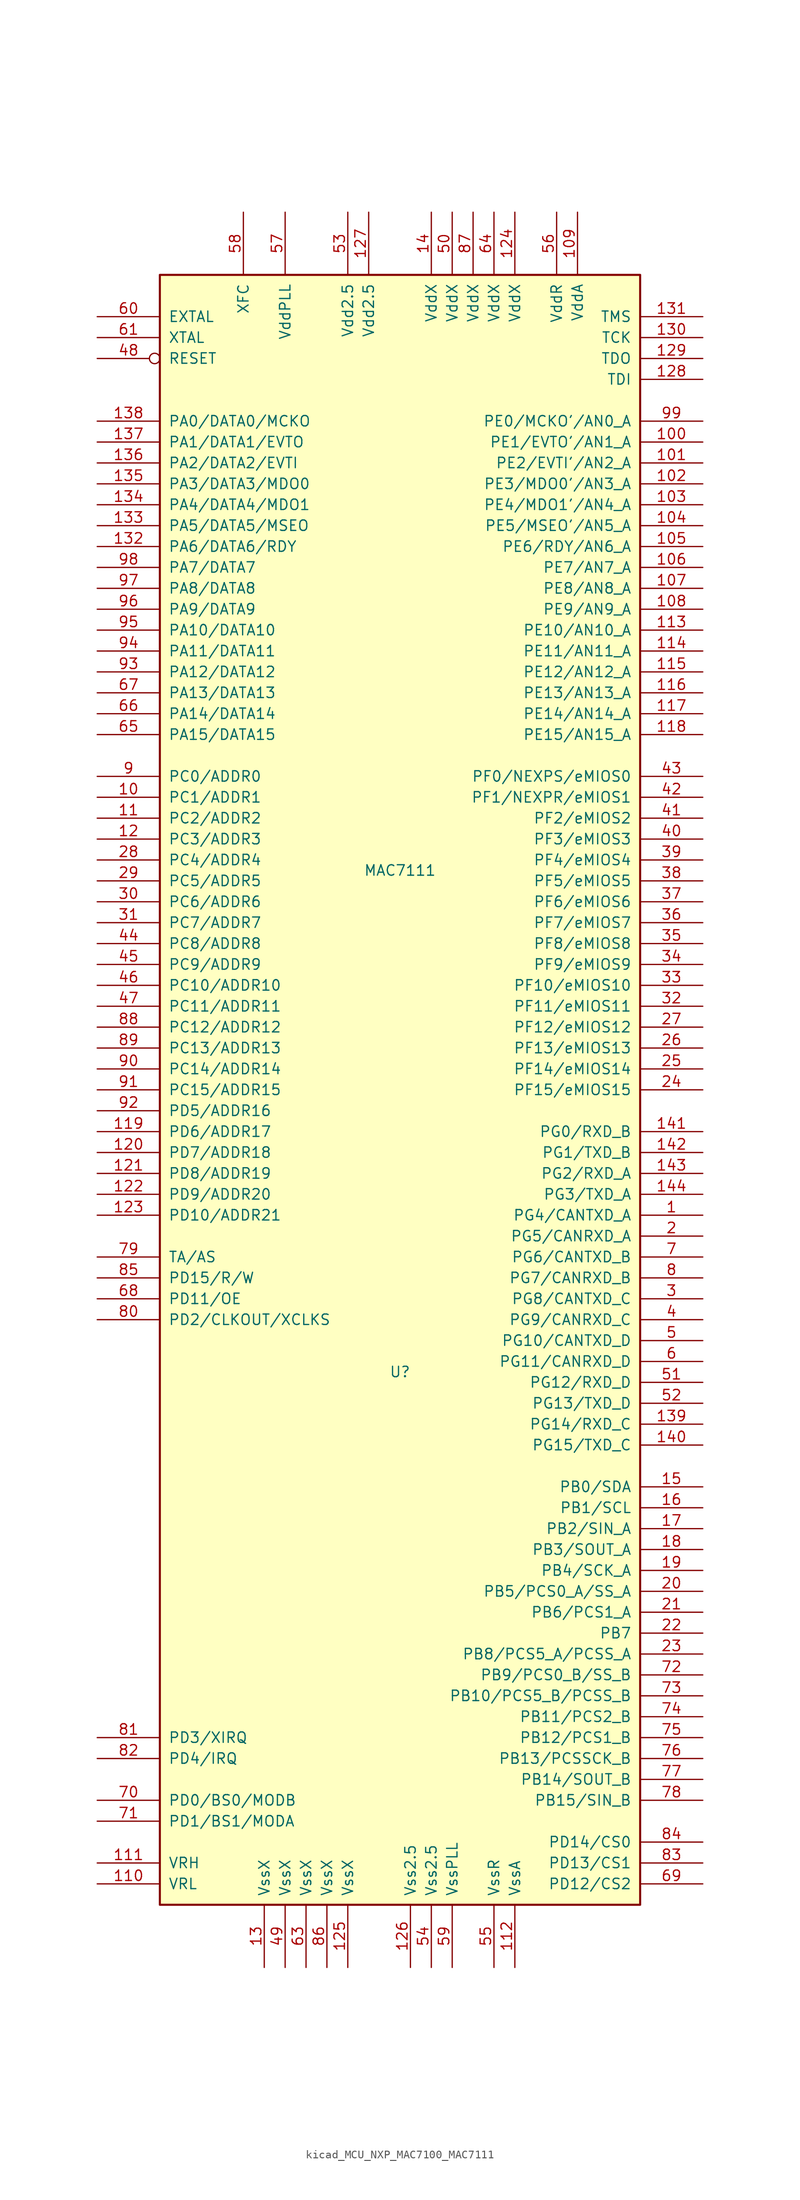
<source format=kicad_sym>
(kicad_symbol_lib
  (version 20220914)
  (generator kicad_symbol_editor)
  (symbol "kicad_MCU_NXP_MAC7100_MAC7111"
    (pin_names
      (offset 1.016))
    (property "Reference" "U"
      (at -1.27 -44.45 0)
      (effects (font (size 1.27 1.27))))
    (property "Value" "MAC7111"
      (at -1.27 16.51 0)
      (effects (font (size 1.27 1.27))))
    (symbol "kicad_MCU_NXP_MAC7100_MAC7111_0_1"
      (rectangle (start 27.94 -109.22) (end -30.48 88.9) (stroke (width 0.254) (type default)) (fill (type background))))
    (symbol "kicad_MCU_NXP_MAC7100_MAC7111_1_1"
      (pin bidirectional line (at 35.56 -25.4 180) (length 7.62) (name "PG4/CANTXD_A" (effects (font (size 1.27 1.27)))) (number "1" (effects (font (size 1.27 1.27)))))
      (pin bidirectional line (at -38.1 25.4 0) (length 7.62) (name "PC1/ADDR1" (effects (font (size 1.27 1.27)))) (number "10" (effects (font (size 1.27 1.27)))))
      (pin bidirectional line (at 35.56 68.58 180) (length 7.62) (name "PE1/EVTO'/AN1_A" (effects (font (size 1.27 1.27)))) (number "100" (effects (font (size 1.27 1.27)))))
      (pin bidirectional line (at 35.56 66.04 180) (length 7.62) (name "PE2/EVTI'/AN2_A" (effects (font (size 1.27 1.27)))) (number "101" (effects (font (size 1.27 1.27)))))
      (pin bidirectional line (at 35.56 63.5 180) (length 7.62) (name "PE3/MDO0'/AN3_A" (effects (font (size 1.27 1.27)))) (number "102" (effects (font (size 1.27 1.27)))))
      (pin bidirectional line (at 35.56 60.96 180) (length 7.62) (name "PE4/MDO1'/AN4_A" (effects (font (size 1.27 1.27)))) (number "103" (effects (font (size 1.27 1.27)))))
      (pin bidirectional line (at 35.56 58.42 180) (length 7.62) (name "PE5/MSEO'/AN5_A" (effects (font (size 1.27 1.27)))) (number "104" (effects (font (size 1.27 1.27)))))
      (pin bidirectional line (at 35.56 55.88 180) (length 7.62) (name "PE6/RDY/AN6_A" (effects (font (size 1.27 1.27)))) (number "105" (effects (font (size 1.27 1.27)))))
      (pin bidirectional line (at 35.56 53.34 180) (length 7.62) (name "PE7/AN7_A" (effects (font (size 1.27 1.27)))) (number "106" (effects (font (size 1.27 1.27)))))
      (pin bidirectional line (at 35.56 50.8 180) (length 7.62) (name "PE8/AN8_A" (effects (font (size 1.27 1.27)))) (number "107" (effects (font (size 1.27 1.27)))))
      (pin bidirectional line (at 35.56 48.26 180) (length 7.62) (name "PE9/AN9_A" (effects (font (size 1.27 1.27)))) (number "108" (effects (font (size 1.27 1.27)))))
      (pin power_in line (at 20.32 96.52 270) (length 7.62) (name "VddA" (effects (font (size 1.27 1.27)))) (number "109" (effects (font (size 1.27 1.27)))))
      (pin bidirectional line (at -38.1 22.86 0) (length 7.62) (name "PC2/ADDR2" (effects (font (size 1.27 1.27)))) (number "11" (effects (font (size 1.27 1.27)))))
      (pin passive line (at -38.1 -106.68 0) (length 7.62) (name "VRL" (effects (font (size 1.27 1.27)))) (number "110" (effects (font (size 1.27 1.27)))))
      (pin passive line (at -38.1 -104.14 0) (length 7.62) (name "VRH" (effects (font (size 1.27 1.27)))) (number "111" (effects (font (size 1.27 1.27)))))
      (pin power_in line (at 12.7 -116.84 90) (length 7.62) (name "VssA" (effects (font (size 1.27 1.27)))) (number "112" (effects (font (size 1.27 1.27)))))
      (pin bidirectional line (at 35.56 45.72 180) (length 7.62) (name "PE10/AN10_A" (effects (font (size 1.27 1.27)))) (number "113" (effects (font (size 1.27 1.27)))))
      (pin bidirectional line (at 35.56 43.18 180) (length 7.62) (name "PE11/AN11_A" (effects (font (size 1.27 1.27)))) (number "114" (effects (font (size 1.27 1.27)))))
      (pin bidirectional line (at 35.56 40.64 180) (length 7.62) (name "PE12/AN12_A" (effects (font (size 1.27 1.27)))) (number "115" (effects (font (size 1.27 1.27)))))
      (pin bidirectional line (at 35.56 38.1 180) (length 7.62) (name "PE13/AN13_A" (effects (font (size 1.27 1.27)))) (number "116" (effects (font (size 1.27 1.27)))))
      (pin bidirectional line (at 35.56 35.56 180) (length 7.62) (name "PE14/AN14_A" (effects (font (size 1.27 1.27)))) (number "117" (effects (font (size 1.27 1.27)))))
      (pin bidirectional line (at 35.56 33.02 180) (length 7.62) (name "PE15/AN15_A" (effects (font (size 1.27 1.27)))) (number "118" (effects (font (size 1.27 1.27)))))
      (pin bidirectional line (at -38.1 -15.24 0) (length 7.62) (name "PD6/ADDR17" (effects (font (size 1.27 1.27)))) (number "119" (effects (font (size 1.27 1.27)))))
      (pin bidirectional line (at -38.1 20.32 0) (length 7.62) (name "PC3/ADDR3" (effects (font (size 1.27 1.27)))) (number "12" (effects (font (size 1.27 1.27)))))
      (pin bidirectional line (at -38.1 -17.78 0) (length 7.62) (name "PD7/ADDR18" (effects (font (size 1.27 1.27)))) (number "120" (effects (font (size 1.27 1.27)))))
      (pin bidirectional line (at -38.1 -20.32 0) (length 7.62) (name "PD8/ADDR19" (effects (font (size 1.27 1.27)))) (number "121" (effects (font (size 1.27 1.27)))))
      (pin bidirectional line (at -38.1 -22.86 0) (length 7.62) (name "PD9/ADDR20" (effects (font (size 1.27 1.27)))) (number "122" (effects (font (size 1.27 1.27)))))
      (pin bidirectional line (at -38.1 -25.4 0) (length 7.62) (name "PD10/ADDR21" (effects (font (size 1.27 1.27)))) (number "123" (effects (font (size 1.27 1.27)))))
      (pin power_in line (at 12.7 96.52 270) (length 7.62) (name "VddX" (effects (font (size 1.27 1.27)))) (number "124" (effects (font (size 1.27 1.27)))))
      (pin power_in line (at -7.62 -116.84 90) (length 7.62) (name "VssX" (effects (font (size 1.27 1.27)))) (number "125" (effects (font (size 1.27 1.27)))))
      (pin power_in line (at 0 -116.84 90) (length 7.62) (name "Vss2.5" (effects (font (size 1.27 1.27)))) (number "126" (effects (font (size 1.27 1.27)))))
      (pin power_in line (at -5.08 96.52 270) (length 7.62) (name "Vdd2.5" (effects (font (size 1.27 1.27)))) (number "127" (effects (font (size 1.27 1.27)))))
      (pin input line (at 35.56 76.2 180) (length 7.62) (name "TDI" (effects (font (size 1.27 1.27)))) (number "128" (effects (font (size 1.27 1.27)))))
      (pin output line (at 35.56 78.74 180) (length 7.62) (name "TDO" (effects (font (size 1.27 1.27)))) (number "129" (effects (font (size 1.27 1.27)))))
      (pin power_in line (at -17.78 -116.84 90) (length 7.62) (name "VssX" (effects (font (size 1.27 1.27)))) (number "13" (effects (font (size 1.27 1.27)))))
      (pin input line (at 35.56 81.28 180) (length 7.62) (name "TCK" (effects (font (size 1.27 1.27)))) (number "130" (effects (font (size 1.27 1.27)))))
      (pin input line (at 35.56 83.82 180) (length 7.62) (name "TMS" (effects (font (size 1.27 1.27)))) (number "131" (effects (font (size 1.27 1.27)))))
      (pin bidirectional line (at -38.1 55.88 0) (length 7.62) (name "PA6/DATA6/RDY" (effects (font (size 1.27 1.27)))) (number "132" (effects (font (size 1.27 1.27)))))
      (pin bidirectional line (at -38.1 58.42 0) (length 7.62) (name "PA5/DATA5/MSEO" (effects (font (size 1.27 1.27)))) (number "133" (effects (font (size 1.27 1.27)))))
      (pin bidirectional line (at -38.1 60.96 0) (length 7.62) (name "PA4/DATA4/MDO1" (effects (font (size 1.27 1.27)))) (number "134" (effects (font (size 1.27 1.27)))))
      (pin bidirectional line (at -38.1 63.5 0) (length 7.62) (name "PA3/DATA3/MDO0" (effects (font (size 1.27 1.27)))) (number "135" (effects (font (size 1.27 1.27)))))
      (pin bidirectional line (at -38.1 66.04 0) (length 7.62) (name "PA2/DATA2/EVTI" (effects (font (size 1.27 1.27)))) (number "136" (effects (font (size 1.27 1.27)))))
      (pin bidirectional line (at -38.1 68.58 0) (length 7.62) (name "PA1/DATA1/EVTO" (effects (font (size 1.27 1.27)))) (number "137" (effects (font (size 1.27 1.27)))))
      (pin bidirectional line (at -38.1 71.12 0) (length 7.62) (name "PA0/DATA0/MCKO" (effects (font (size 1.27 1.27)))) (number "138" (effects (font (size 1.27 1.27)))))
      (pin bidirectional line (at 35.56 -50.8 180) (length 7.62) (name "PG14/RXD_C" (effects (font (size 1.27 1.27)))) (number "139" (effects (font (size 1.27 1.27)))))
      (pin power_in line (at 2.54 96.52 270) (length 7.62) (name "VddX" (effects (font (size 1.27 1.27)))) (number "14" (effects (font (size 1.27 1.27)))))
      (pin bidirectional line (at 35.56 -53.34 180) (length 7.62) (name "PG15/TXD_C" (effects (font (size 1.27 1.27)))) (number "140" (effects (font (size 1.27 1.27)))))
      (pin bidirectional line (at 35.56 -15.24 180) (length 7.62) (name "PG0/RXD_B" (effects (font (size 1.27 1.27)))) (number "141" (effects (font (size 1.27 1.27)))))
      (pin bidirectional line (at 35.56 -17.78 180) (length 7.62) (name "PG1/TXD_B" (effects (font (size 1.27 1.27)))) (number "142" (effects (font (size 1.27 1.27)))))
      (pin bidirectional line (at 35.56 -20.32 180) (length 7.62) (name "PG2/RXD_A" (effects (font (size 1.27 1.27)))) (number "143" (effects (font (size 1.27 1.27)))))
      (pin bidirectional line (at 35.56 -22.86 180) (length 7.62) (name "PG3/TXD_A" (effects (font (size 1.27 1.27)))) (number "144" (effects (font (size 1.27 1.27)))))
      (pin bidirectional line (at 35.56 -58.42 180) (length 7.62) (name "PB0/SDA" (effects (font (size 1.27 1.27)))) (number "15" (effects (font (size 1.27 1.27)))))
      (pin bidirectional line (at 35.56 -60.96 180) (length 7.62) (name "PB1/SCL" (effects (font (size 1.27 1.27)))) (number "16" (effects (font (size 1.27 1.27)))))
      (pin bidirectional line (at 35.56 -63.5 180) (length 7.62) (name "PB2/SIN_A" (effects (font (size 1.27 1.27)))) (number "17" (effects (font (size 1.27 1.27)))))
      (pin bidirectional line (at 35.56 -66.04 180) (length 7.62) (name "PB3/SOUT_A" (effects (font (size 1.27 1.27)))) (number "18" (effects (font (size 1.27 1.27)))))
      (pin bidirectional line (at 35.56 -68.58 180) (length 7.62) (name "PB4/SCK_A" (effects (font (size 1.27 1.27)))) (number "19" (effects (font (size 1.27 1.27)))))
      (pin bidirectional line (at 35.56 -27.94 180) (length 7.62) (name "PG5/CANRXD_A" (effects (font (size 1.27 1.27)))) (number "2" (effects (font (size 1.27 1.27)))))
      (pin bidirectional line (at 35.56 -71.12 180) (length 7.62) (name "PB5/PCS0_A/SS_A" (effects (font (size 1.27 1.27)))) (number "20" (effects (font (size 1.27 1.27)))))
      (pin bidirectional line (at 35.56 -73.66 180) (length 7.62) (name "PB6/PCS1_A" (effects (font (size 1.27 1.27)))) (number "21" (effects (font (size 1.27 1.27)))))
      (pin bidirectional line (at 35.56 -76.2 180) (length 7.62) (name "PB7" (effects (font (size 1.27 1.27)))) (number "22" (effects (font (size 1.27 1.27)))))
      (pin bidirectional line (at 35.56 -78.74 180) (length 7.62) (name "PB8/PCS5_A/PCSS_A" (effects (font (size 1.27 1.27)))) (number "23" (effects (font (size 1.27 1.27)))))
      (pin bidirectional line (at 35.56 -10.16 180) (length 7.62) (name "PF15/eMIOS15" (effects (font (size 1.27 1.27)))) (number "24" (effects (font (size 1.27 1.27)))))
      (pin bidirectional line (at 35.56 -7.62 180) (length 7.62) (name "PF14/eMIOS14" (effects (font (size 1.27 1.27)))) (number "25" (effects (font (size 1.27 1.27)))))
      (pin bidirectional line (at 35.56 -5.08 180) (length 7.62) (name "PF13/eMIOS13" (effects (font (size 1.27 1.27)))) (number "26" (effects (font (size 1.27 1.27)))))
      (pin bidirectional line (at 35.56 -2.54 180) (length 7.62) (name "PF12/eMIOS12" (effects (font (size 1.27 1.27)))) (number "27" (effects (font (size 1.27 1.27)))))
      (pin bidirectional line (at -38.1 17.78 0) (length 7.62) (name "PC4/ADDR4" (effects (font (size 1.27 1.27)))) (number "28" (effects (font (size 1.27 1.27)))))
      (pin bidirectional line (at -38.1 15.24 0) (length 7.62) (name "PC5/ADDR5" (effects (font (size 1.27 1.27)))) (number "29" (effects (font (size 1.27 1.27)))))
      (pin bidirectional line (at 35.56 -35.56 180) (length 7.62) (name "PG8/CANTXD_C" (effects (font (size 1.27 1.27)))) (number "3" (effects (font (size 1.27 1.27)))))
      (pin bidirectional line (at -38.1 12.7 0) (length 7.62) (name "PC6/ADDR6" (effects (font (size 1.27 1.27)))) (number "30" (effects (font (size 1.27 1.27)))))
      (pin bidirectional line (at -38.1 10.16 0) (length 7.62) (name "PC7/ADDR7" (effects (font (size 1.27 1.27)))) (number "31" (effects (font (size 1.27 1.27)))))
      (pin bidirectional line (at 35.56 0 180) (length 7.62) (name "PF11/eMIOS11" (effects (font (size 1.27 1.27)))) (number "32" (effects (font (size 1.27 1.27)))))
      (pin bidirectional line (at 35.56 2.54 180) (length 7.62) (name "PF10/eMIOS10" (effects (font (size 1.27 1.27)))) (number "33" (effects (font (size 1.27 1.27)))))
      (pin bidirectional line (at 35.56 5.08 180) (length 7.62) (name "PF9/eMIOS9" (effects (font (size 1.27 1.27)))) (number "34" (effects (font (size 1.27 1.27)))))
      (pin bidirectional line (at 35.56 7.62 180) (length 7.62) (name "PF8/eMIOS8" (effects (font (size 1.27 1.27)))) (number "35" (effects (font (size 1.27 1.27)))))
      (pin bidirectional line (at 35.56 10.16 180) (length 7.62) (name "PF7/eMIOS7" (effects (font (size 1.27 1.27)))) (number "36" (effects (font (size 1.27 1.27)))))
      (pin bidirectional line (at 35.56 12.7 180) (length 7.62) (name "PF6/eMIOS6" (effects (font (size 1.27 1.27)))) (number "37" (effects (font (size 1.27 1.27)))))
      (pin bidirectional line (at 35.56 15.24 180) (length 7.62) (name "PF5/eMIOS5" (effects (font (size 1.27 1.27)))) (number "38" (effects (font (size 1.27 1.27)))))
      (pin bidirectional line (at 35.56 17.78 180) (length 7.62) (name "PF4/eMIOS4" (effects (font (size 1.27 1.27)))) (number "39" (effects (font (size 1.27 1.27)))))
      (pin bidirectional line (at 35.56 -38.1 180) (length 7.62) (name "PG9/CANRXD_C" (effects (font (size 1.27 1.27)))) (number "4" (effects (font (size 1.27 1.27)))))
      (pin bidirectional line (at 35.56 20.32 180) (length 7.62) (name "PF3/eMIOS3" (effects (font (size 1.27 1.27)))) (number "40" (effects (font (size 1.27 1.27)))))
      (pin bidirectional line (at 35.56 22.86 180) (length 7.62) (name "PF2/eMIOS2" (effects (font (size 1.27 1.27)))) (number "41" (effects (font (size 1.27 1.27)))))
      (pin bidirectional line (at 35.56 25.4 180) (length 7.62) (name "PF1/NEXPR/eMIOS1" (effects (font (size 1.27 1.27)))) (number "42" (effects (font (size 1.27 1.27)))))
      (pin bidirectional line (at 35.56 27.94 180) (length 7.62) (name "PF0/NEXPS/eMIOS0" (effects (font (size 1.27 1.27)))) (number "43" (effects (font (size 1.27 1.27)))))
      (pin bidirectional line (at -38.1 7.62 0) (length 7.62) (name "PC8/ADDR8" (effects (font (size 1.27 1.27)))) (number "44" (effects (font (size 1.27 1.27)))))
      (pin bidirectional line (at -38.1 5.08 0) (length 7.62) (name "PC9/ADDR9" (effects (font (size 1.27 1.27)))) (number "45" (effects (font (size 1.27 1.27)))))
      (pin bidirectional line (at -38.1 2.54 0) (length 7.62) (name "PC10/ADDR10" (effects (font (size 1.27 1.27)))) (number "46" (effects (font (size 1.27 1.27)))))
      (pin bidirectional line (at -38.1 0 0) (length 7.62) (name "PC11/ADDR11" (effects (font (size 1.27 1.27)))) (number "47" (effects (font (size 1.27 1.27)))))
      (pin bidirectional inverted (at -38.1 78.74 0) (length 7.62) (name "RESET" (effects (font (size 1.27 1.27)))) (number "48" (effects (font (size 1.27 1.27)))))
      (pin power_in line (at -15.24 -116.84 90) (length 7.62) (name "VssX" (effects (font (size 1.27 1.27)))) (number "49" (effects (font (size 1.27 1.27)))))
      (pin bidirectional line (at 35.56 -40.64 180) (length 7.62) (name "PG10/CANTXD_D" (effects (font (size 1.27 1.27)))) (number "5" (effects (font (size 1.27 1.27)))))
      (pin power_in line (at 5.08 96.52 270) (length 7.62) (name "VddX" (effects (font (size 1.27 1.27)))) (number "50" (effects (font (size 1.27 1.27)))))
      (pin bidirectional line (at 35.56 -45.72 180) (length 7.62) (name "PG12/RXD_D" (effects (font (size 1.27 1.27)))) (number "51" (effects (font (size 1.27 1.27)))))
      (pin bidirectional line (at 35.56 -48.26 180) (length 7.62) (name "PG13/TXD_D" (effects (font (size 1.27 1.27)))) (number "52" (effects (font (size 1.27 1.27)))))
      (pin passive line (at -7.62 96.52 270) (length 7.62) (name "Vdd2.5" (effects (font (size 1.27 1.27)))) (number "53" (effects (font (size 1.27 1.27)))))
      (pin power_in line (at 2.54 -116.84 90) (length 7.62) (name "Vss2.5" (effects (font (size 1.27 1.27)))) (number "54" (effects (font (size 1.27 1.27)))))
      (pin power_in line (at 10.16 -116.84 90) (length 7.62) (name "VssR" (effects (font (size 1.27 1.27)))) (number "55" (effects (font (size 1.27 1.27)))))
      (pin power_in line (at 17.78 96.52 270) (length 7.62) (name "VddR" (effects (font (size 1.27 1.27)))) (number "56" (effects (font (size 1.27 1.27)))))
      (pin passive line (at -15.24 96.52 270) (length 7.62) (name "VddPLL" (effects (font (size 1.27 1.27)))) (number "57" (effects (font (size 1.27 1.27)))))
      (pin bidirectional line (at -20.32 96.52 270) (length 7.62) (name "XFC" (effects (font (size 1.27 1.27)))) (number "58" (effects (font (size 1.27 1.27)))))
      (pin passive line (at 5.08 -116.84 90) (length 7.62) (name "VssPLL" (effects (font (size 1.27 1.27)))) (number "59" (effects (font (size 1.27 1.27)))))
      (pin bidirectional line (at 35.56 -43.18 180) (length 7.62) (name "PG11/CANRXD_D" (effects (font (size 1.27 1.27)))) (number "6" (effects (font (size 1.27 1.27)))))
      (pin input line (at -38.1 83.82 0) (length 7.62) (name "EXTAL" (effects (font (size 1.27 1.27)))) (number "60" (effects (font (size 1.27 1.27)))))
      (pin output line (at -38.1 81.28 0) (length 7.62) (name "XTAL" (effects (font (size 1.27 1.27)))) (number "61" (effects (font (size 1.27 1.27)))))
      (pin power_in line (at -12.7 -116.84 90) (length 7.62) (name "VssX" (effects (font (size 1.27 1.27)))) (number "63" (effects (font (size 1.27 1.27)))))
      (pin power_in line (at 10.16 96.52 270) (length 7.62) (name "VddX" (effects (font (size 1.27 1.27)))) (number "64" (effects (font (size 1.27 1.27)))))
      (pin bidirectional line (at -38.1 33.02 0) (length 7.62) (name "PA15/DATA15" (effects (font (size 1.27 1.27)))) (number "65" (effects (font (size 1.27 1.27)))))
      (pin bidirectional line (at -38.1 35.56 0) (length 7.62) (name "PA14/DATA14" (effects (font (size 1.27 1.27)))) (number "66" (effects (font (size 1.27 1.27)))))
      (pin bidirectional line (at -38.1 38.1 0) (length 7.62) (name "PA13/DATA13" (effects (font (size 1.27 1.27)))) (number "67" (effects (font (size 1.27 1.27)))))
      (pin bidirectional line (at -38.1 -35.56 0) (length 7.62) (name "PD11/OE" (effects (font (size 1.27 1.27)))) (number "68" (effects (font (size 1.27 1.27)))))
      (pin bidirectional line (at 35.56 -106.68 180) (length 7.62) (name "PD12/CS2" (effects (font (size 1.27 1.27)))) (number "69" (effects (font (size 1.27 1.27)))))
      (pin bidirectional line (at 35.56 -30.48 180) (length 7.62) (name "PG6/CANTXD_B" (effects (font (size 1.27 1.27)))) (number "7" (effects (font (size 1.27 1.27)))))
      (pin bidirectional line (at -38.1 -96.52 0) (length 7.62) (name "PD0/BS0/MODB" (effects (font (size 1.27 1.27)))) (number "70" (effects (font (size 1.27 1.27)))))
      (pin bidirectional line (at -38.1 -99.06 0) (length 7.62) (name "PD1/BS1/MODA" (effects (font (size 1.27 1.27)))) (number "71" (effects (font (size 1.27 1.27)))))
      (pin bidirectional line (at 35.56 -81.28 180) (length 7.62) (name "PB9/PCS0_B/SS_B" (effects (font (size 1.27 1.27)))) (number "72" (effects (font (size 1.27 1.27)))))
      (pin bidirectional line (at 35.56 -83.82 180) (length 7.62) (name "PB10/PCS5_B/PCSS_B" (effects (font (size 1.27 1.27)))) (number "73" (effects (font (size 1.27 1.27)))))
      (pin bidirectional line (at 35.56 -86.36 180) (length 7.62) (name "PB11/PCS2_B" (effects (font (size 1.27 1.27)))) (number "74" (effects (font (size 1.27 1.27)))))
      (pin bidirectional line (at 35.56 -88.9 180) (length 7.62) (name "PB12/PCS1_B" (effects (font (size 1.27 1.27)))) (number "75" (effects (font (size 1.27 1.27)))))
      (pin bidirectional line (at 35.56 -91.44 180) (length 7.62) (name "PB13/PCSSCK_B" (effects (font (size 1.27 1.27)))) (number "76" (effects (font (size 1.27 1.27)))))
      (pin bidirectional line (at 35.56 -93.98 180) (length 7.62) (name "PB14/SOUT_B" (effects (font (size 1.27 1.27)))) (number "77" (effects (font (size 1.27 1.27)))))
      (pin bidirectional line (at 35.56 -96.52 180) (length 7.62) (name "PB15/SIN_B" (effects (font (size 1.27 1.27)))) (number "78" (effects (font (size 1.27 1.27)))))
      (pin bidirectional line (at -38.1 -30.48 0) (length 7.62) (name "TA/AS" (effects (font (size 1.27 1.27)))) (number "79" (effects (font (size 1.27 1.27)))))
      (pin bidirectional line (at 35.56 -33.02 180) (length 7.62) (name "PG7/CANRXD_B" (effects (font (size 1.27 1.27)))) (number "8" (effects (font (size 1.27 1.27)))))
      (pin bidirectional line (at -38.1 -38.1 0) (length 7.62) (name "PD2/CLKOUT/XCLKS" (effects (font (size 1.27 1.27)))) (number "80" (effects (font (size 1.27 1.27)))))
      (pin bidirectional line (at -38.1 -88.9 0) (length 7.62) (name "PD3/XIRQ" (effects (font (size 1.27 1.27)))) (number "81" (effects (font (size 1.27 1.27)))))
      (pin bidirectional line (at -38.1 -91.44 0) (length 7.62) (name "PD4/IRQ" (effects (font (size 1.27 1.27)))) (number "82" (effects (font (size 1.27 1.27)))))
      (pin bidirectional line (at 35.56 -104.14 180) (length 7.62) (name "PD13/CS1" (effects (font (size 1.27 1.27)))) (number "83" (effects (font (size 1.27 1.27)))))
      (pin bidirectional line (at 35.56 -101.6 180) (length 7.62) (name "PD14/CS0" (effects (font (size 1.27 1.27)))) (number "84" (effects (font (size 1.27 1.27)))))
      (pin bidirectional line (at -38.1 -33.02 0) (length 7.62) (name "PD15/R/W" (effects (font (size 1.27 1.27)))) (number "85" (effects (font (size 1.27 1.27)))))
      (pin power_in line (at -10.16 -116.84 90) (length 7.62) (name "VssX" (effects (font (size 1.27 1.27)))) (number "86" (effects (font (size 1.27 1.27)))))
      (pin power_in line (at 7.62 96.52 270) (length 7.62) (name "VddX" (effects (font (size 1.27 1.27)))) (number "87" (effects (font (size 1.27 1.27)))))
      (pin bidirectional line (at -38.1 -2.54 0) (length 7.62) (name "PC12/ADDR12" (effects (font (size 1.27 1.27)))) (number "88" (effects (font (size 1.27 1.27)))))
      (pin bidirectional line (at -38.1 -5.08 0) (length 7.62) (name "PC13/ADDR13" (effects (font (size 1.27 1.27)))) (number "89" (effects (font (size 1.27 1.27)))))
      (pin bidirectional line (at -38.1 27.94 0) (length 7.62) (name "PC0/ADDR0" (effects (font (size 1.27 1.27)))) (number "9" (effects (font (size 1.27 1.27)))))
      (pin bidirectional line (at -38.1 -7.62 0) (length 7.62) (name "PC14/ADDR14" (effects (font (size 1.27 1.27)))) (number "90" (effects (font (size 1.27 1.27)))))
      (pin bidirectional line (at -38.1 -10.16 0) (length 7.62) (name "PC15/ADDR15" (effects (font (size 1.27 1.27)))) (number "91" (effects (font (size 1.27 1.27)))))
      (pin bidirectional line (at -38.1 -12.7 0) (length 7.62) (name "PD5/ADDR16" (effects (font (size 1.27 1.27)))) (number "92" (effects (font (size 1.27 1.27)))))
      (pin bidirectional line (at -38.1 40.64 0) (length 7.62) (name "PA12/DATA12" (effects (font (size 1.27 1.27)))) (number "93" (effects (font (size 1.27 1.27)))))
      (pin bidirectional line (at -38.1 43.18 0) (length 7.62) (name "PA11/DATA11" (effects (font (size 1.27 1.27)))) (number "94" (effects (font (size 1.27 1.27)))))
      (pin bidirectional line (at -38.1 45.72 0) (length 7.62) (name "PA10/DATA10" (effects (font (size 1.27 1.27)))) (number "95" (effects (font (size 1.27 1.27)))))
      (pin bidirectional line (at -38.1 48.26 0) (length 7.62) (name "PA9/DATA9" (effects (font (size 1.27 1.27)))) (number "96" (effects (font (size 1.27 1.27)))))
      (pin bidirectional line (at -38.1 50.8 0) (length 7.62) (name "PA8/DATA8" (effects (font (size 1.27 1.27)))) (number "97" (effects (font (size 1.27 1.27)))))
      (pin bidirectional line (at -38.1 53.34 0) (length 7.62) (name "PA7/DATA7" (effects (font (size 1.27 1.27)))) (number "98" (effects (font (size 1.27 1.27)))))
      (pin bidirectional line (at 35.56 71.12 180) (length 7.62) (name "PE0/MCKO'/AN0_A" (effects (font (size 1.27 1.27)))) (number "99" (effects (font (size 1.27 1.27))))))))
</source>
